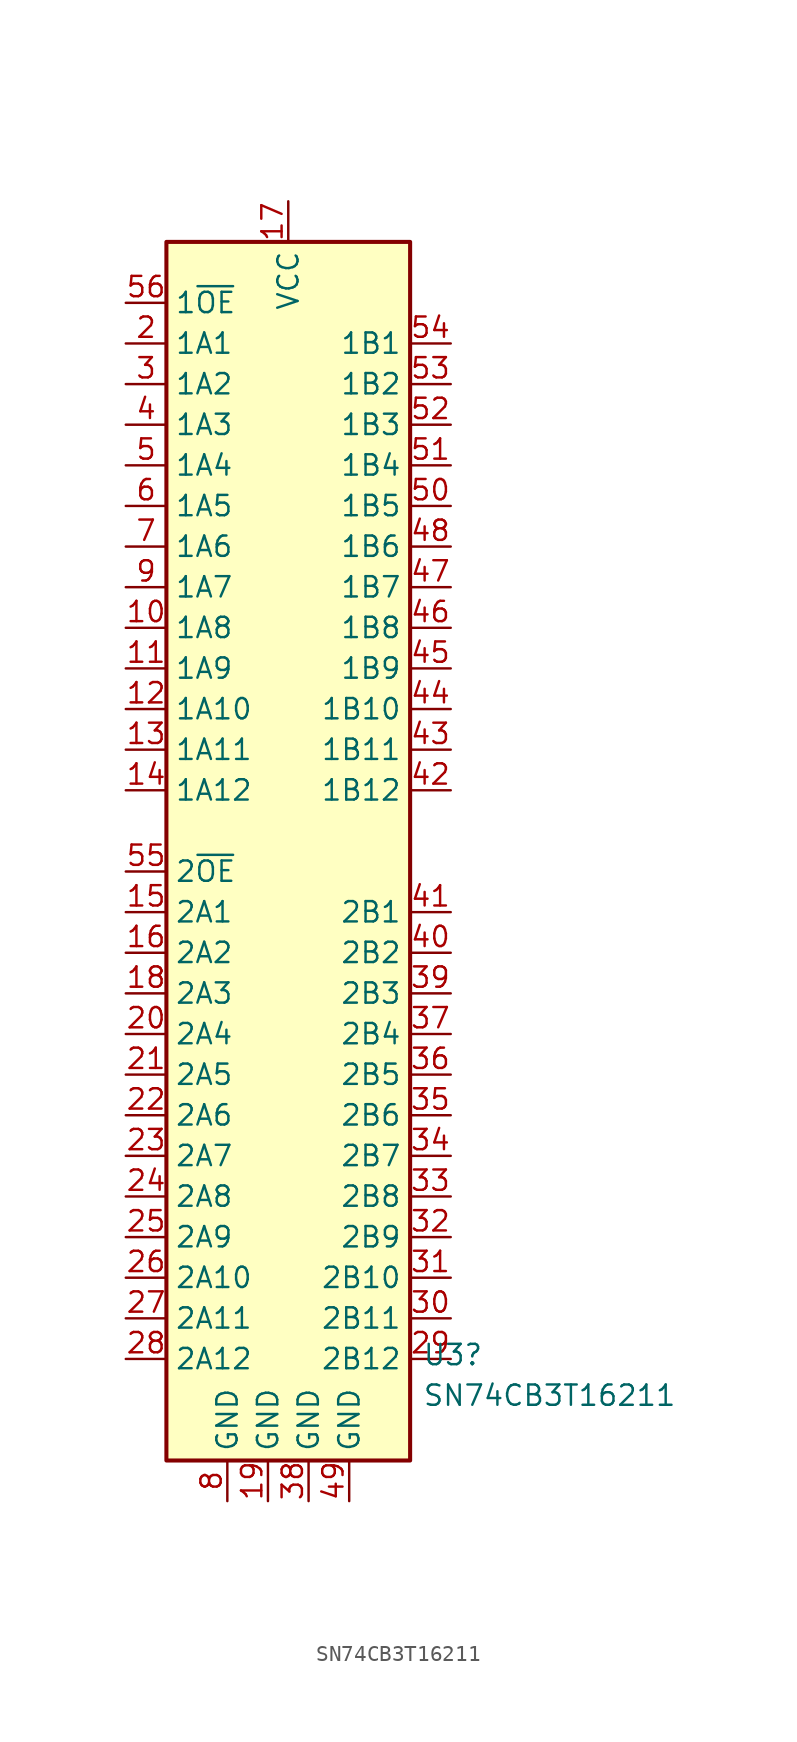
<source format=kicad_sym>
(kicad_symbol_lib
  (version 20241209)
  (generator "kicad_symbol_editor")
  (generator_version "9.0")
  (symbol "SN74CB3T16211"
    (property "Reference" "U3"
      (at 8.382 -32.766 0)
      (effects (font (size 1.27 1.27)) (justify left)))
    (property "Value" "SN74CB3T16211"
      (at 8.382 -35.306 0)
      (effects (font (size 1.27 1.27)) (justify left)))
    (symbol "SN74CB3T16211_0_1"
      (rectangle (start -7.62 36.83) (end 7.62 -39.37) (stroke (width 0.254) (type default)) (fill (type background))))
    (symbol "SN74CB3T16211_1_0"
      (pin passive line (at -10.16 33.02 0) (length 2.54) (name "1~{OE}" (effects (font (size 1.27 1.27)))) (number "56" (effects (font (size 1.27 1.27)))))
      (pin passive line (at -10.16 30.48 0) (length 2.54) (name "1A1" (effects (font (size 1.27 1.27)))) (number "2" (effects (font (size 1.27 1.27)))))
      (pin passive line (at -10.16 27.94 0) (length 2.54) (name "1A2" (effects (font (size 1.27 1.27)))) (number "3" (effects (font (size 1.27 1.27)))))
      (pin passive line (at -10.16 25.4 0) (length 2.54) (name "1A3" (effects (font (size 1.27 1.27)))) (number "4" (effects (font (size 1.27 1.27)))))
      (pin passive line (at -10.16 22.86 0) (length 2.54) (name "1A4" (effects (font (size 1.27 1.27)))) (number "5" (effects (font (size 1.27 1.27)))))
      (pin passive line (at -10.16 20.32 0) (length 2.54) (name "1A5" (effects (font (size 1.27 1.27)))) (number "6" (effects (font (size 1.27 1.27)))))
      (pin passive line (at -10.16 17.78 0) (length 2.54) (name "1A6" (effects (font (size 1.27 1.27)))) (number "7" (effects (font (size 1.27 1.27)))))
      (pin passive line (at -10.16 15.24 0) (length 2.54) (name "1A7" (effects (font (size 1.27 1.27)))) (number "9" (effects (font (size 1.27 1.27)))))
      (pin passive line (at -10.16 12.7 0) (length 2.54) (name "1A8" (effects (font (size 1.27 1.27)))) (number "10" (effects (font (size 1.27 1.27)))))
      (pin passive line (at -10.16 10.16 0) (length 2.54) (name "1A9" (effects (font (size 1.27 1.27)))) (number "11" (effects (font (size 1.27 1.27)))))
      (pin passive line (at -10.16 7.62 0) (length 2.54) (name "1A10" (effects (font (size 1.27 1.27)))) (number "12" (effects (font (size 1.27 1.27)))))
      (pin passive line (at -10.16 5.08 0) (length 2.54) (name "1A11" (effects (font (size 1.27 1.27)))) (number "13" (effects (font (size 1.27 1.27)))))
      (pin passive line (at -10.16 2.54 0) (length 2.54) (name "1A12" (effects (font (size 1.27 1.27)))) (number "14" (effects (font (size 1.27 1.27)))))
      (pin passive line (at -10.16 -2.54 0) (length 2.54) (name "2~{OE}" (effects (font (size 1.27 1.27)))) (number "55" (effects (font (size 1.27 1.27)))))
      (pin passive line (at -10.16 -5.08 0) (length 2.54) (name "2A1" (effects (font (size 1.27 1.27)))) (number "15" (effects (font (size 1.27 1.27)))))
      (pin passive line (at -10.16 -7.62 0) (length 2.54) (name "2A2" (effects (font (size 1.27 1.27)))) (number "16" (effects (font (size 1.27 1.27)))))
      (pin passive line (at -10.16 -10.16 0) (length 2.54) (name "2A3" (effects (font (size 1.27 1.27)))) (number "18" (effects (font (size 1.27 1.27)))))
      (pin passive line (at -10.16 -12.7 0) (length 2.54) (name "2A4" (effects (font (size 1.27 1.27)))) (number "20" (effects (font (size 1.27 1.27)))))
      (pin passive line (at -10.16 -15.24 0) (length 2.54) (name "2A5" (effects (font (size 1.27 1.27)))) (number "21" (effects (font (size 1.27 1.27)))))
      (pin passive line (at -10.16 -17.78 0) (length 2.54) (name "2A6" (effects (font (size 1.27 1.27)))) (number "22" (effects (font (size 1.27 1.27)))))
      (pin passive line (at -10.16 -20.32 0) (length 2.54) (name "2A7" (effects (font (size 1.27 1.27)))) (number "23" (effects (font (size 1.27 1.27)))))
      (pin passive line (at -10.16 -22.86 0) (length 2.54) (name "2A8" (effects (font (size 1.27 1.27)))) (number "24" (effects (font (size 1.27 1.27)))))
      (pin passive line (at -10.16 -25.4 0) (length 2.54) (name "2A9" (effects (font (size 1.27 1.27)))) (number "25" (effects (font (size 1.27 1.27)))))
      (pin passive line (at -10.16 -27.94 0) (length 2.54) (name "2A10" (effects (font (size 1.27 1.27)))) (number "26" (effects (font (size 1.27 1.27)))))
      (pin passive line (at -10.16 -30.48 0) (length 2.54) (name "2A11" (effects (font (size 1.27 1.27)))) (number "27" (effects (font (size 1.27 1.27)))))
      (pin passive line (at -10.16 -33.02 0) (length 2.54) (name "2A12" (effects (font (size 1.27 1.27)))) (number "28" (effects (font (size 1.27 1.27)))))
      (pin passive line (at -3.81 -41.91 90) (length 2.54) (name "GND" (effects (font (size 1.27 1.27)))) (number "8" (effects (font (size 1.27 1.27)))))
      (pin passive line (at -1.27 -41.91 90) (length 2.54) (name "GND" (effects (font (size 1.27 1.27)))) (number "19" (effects (font (size 1.27 1.27)))))
      (pin passive line (at 0 39.37 270) (length 2.54) (name "VCC" (effects (font (size 1.27 1.27)))) (number "17" (effects (font (size 1.27 1.27)))))
      (pin passive line (at 1.27 -41.91 90) (length 2.54) (name "GND" (effects (font (size 1.27 1.27)))) (number "38" (effects (font (size 1.27 1.27)))))
      (pin passive line (at 3.81 -41.91 90) (length 2.54) (name "GND" (effects (font (size 1.27 1.27)))) (number "49" (effects (font (size 1.27 1.27)))))
      (pin passive line (at 10.16 30.48 180) (length 2.54) (name "1B1" (effects (font (size 1.27 1.27)))) (number "54" (effects (font (size 1.27 1.27)))))
      (pin passive line (at 10.16 27.94 180) (length 2.54) (name "1B2" (effects (font (size 1.27 1.27)))) (number "53" (effects (font (size 1.27 1.27)))))
      (pin passive line (at 10.16 25.4 180) (length 2.54) (name "1B3" (effects (font (size 1.27 1.27)))) (number "52" (effects (font (size 1.27 1.27)))))
      (pin passive line (at 10.16 22.86 180) (length 2.54) (name "1B4" (effects (font (size 1.27 1.27)))) (number "51" (effects (font (size 1.27 1.27)))))
      (pin passive line (at 10.16 20.32 180) (length 2.54) (name "1B5" (effects (font (size 1.27 1.27)))) (number "50" (effects (font (size 1.27 1.27)))))
      (pin passive line (at 10.16 17.78 180) (length 2.54) (name "1B6" (effects (font (size 1.27 1.27)))) (number "48" (effects (font (size 1.27 1.27)))))
      (pin passive line (at 10.16 15.24 180) (length 2.54) (name "1B7" (effects (font (size 1.27 1.27)))) (number "47" (effects (font (size 1.27 1.27)))))
      (pin passive line (at 10.16 12.7 180) (length 2.54) (name "1B8" (effects (font (size 1.27 1.27)))) (number "46" (effects (font (size 1.27 1.27)))))
      (pin passive line (at 10.16 10.16 180) (length 2.54) (name "1B9" (effects (font (size 1.27 1.27)))) (number "45" (effects (font (size 1.27 1.27)))))
      (pin passive line (at 10.16 7.62 180) (length 2.54) (name "1B10" (effects (font (size 1.27 1.27)))) (number "44" (effects (font (size 1.27 1.27)))))
      (pin passive line (at 10.16 5.08 180) (length 2.54) (name "1B11" (effects (font (size 1.27 1.27)))) (number "43" (effects (font (size 1.27 1.27)))))
      (pin passive line (at 10.16 2.54 180) (length 2.54) (name "1B12" (effects (font (size 1.27 1.27)))) (number "42" (effects (font (size 1.27 1.27)))))
      (pin passive line (at 10.16 -5.08 180) (length 2.54) (name "2B1" (effects (font (size 1.27 1.27)))) (number "41" (effects (font (size 1.27 1.27)))))
      (pin passive line (at 10.16 -7.62 180) (length 2.54) (name "2B2" (effects (font (size 1.27 1.27)))) (number "40" (effects (font (size 1.27 1.27)))))
      (pin passive line (at 10.16 -10.16 180) (length 2.54) (name "2B3" (effects (font (size 1.27 1.27)))) (number "39" (effects (font (size 1.27 1.27)))))
      (pin passive line (at 10.16 -12.7 180) (length 2.54) (name "2B4" (effects (font (size 1.27 1.27)))) (number "37" (effects (font (size 1.27 1.27)))))
      (pin passive line (at 10.16 -15.24 180) (length 2.54) (name "2B5" (effects (font (size 1.27 1.27)))) (number "36" (effects (font (size 1.27 1.27)))))
      (pin passive line (at 10.16 -17.78 180) (length 2.54) (name "2B6" (effects (font (size 1.27 1.27)))) (number "35" (effects (font (size 1.27 1.27)))))
      (pin passive line (at 10.16 -20.32 180) (length 2.54) (name "2B7" (effects (font (size 1.27 1.27)))) (number "34" (effects (font (size 1.27 1.27)))))
      (pin passive line (at 10.16 -22.86 180) (length 2.54) (name "2B8" (effects (font (size 1.27 1.27)))) (number "33" (effects (font (size 1.27 1.27)))))
      (pin passive line (at 10.16 -25.4 180) (length 2.54) (name "2B9" (effects (font (size 1.27 1.27)))) (number "32" (effects (font (size 1.27 1.27)))))
      (pin passive line (at 10.16 -27.94 180) (length 2.54) (name "2B10" (effects (font (size 1.27 1.27)))) (number "31" (effects (font (size 1.27 1.27)))))
      (pin passive line (at 10.16 -30.48 180) (length 2.54) (name "2B11" (effects (font (size 1.27 1.27)))) (number "30" (effects (font (size 1.27 1.27)))))
      (pin passive line (at 10.16 -33.02 180) (length 2.54) (name "2B12" (effects (font (size 1.27 1.27)))) (number "29" (effects (font (size 1.27 1.27))))))
    (symbol "SN74CB3T16211_1_1"
      (pin no_connect line (at 10.16 34.29 180) (length 2.54) (hide yes) (name "NC" (effects (font (size 1.27 1.27)))) (number "1" (effects (font (size 1.27 1.27))))))))
</source>
